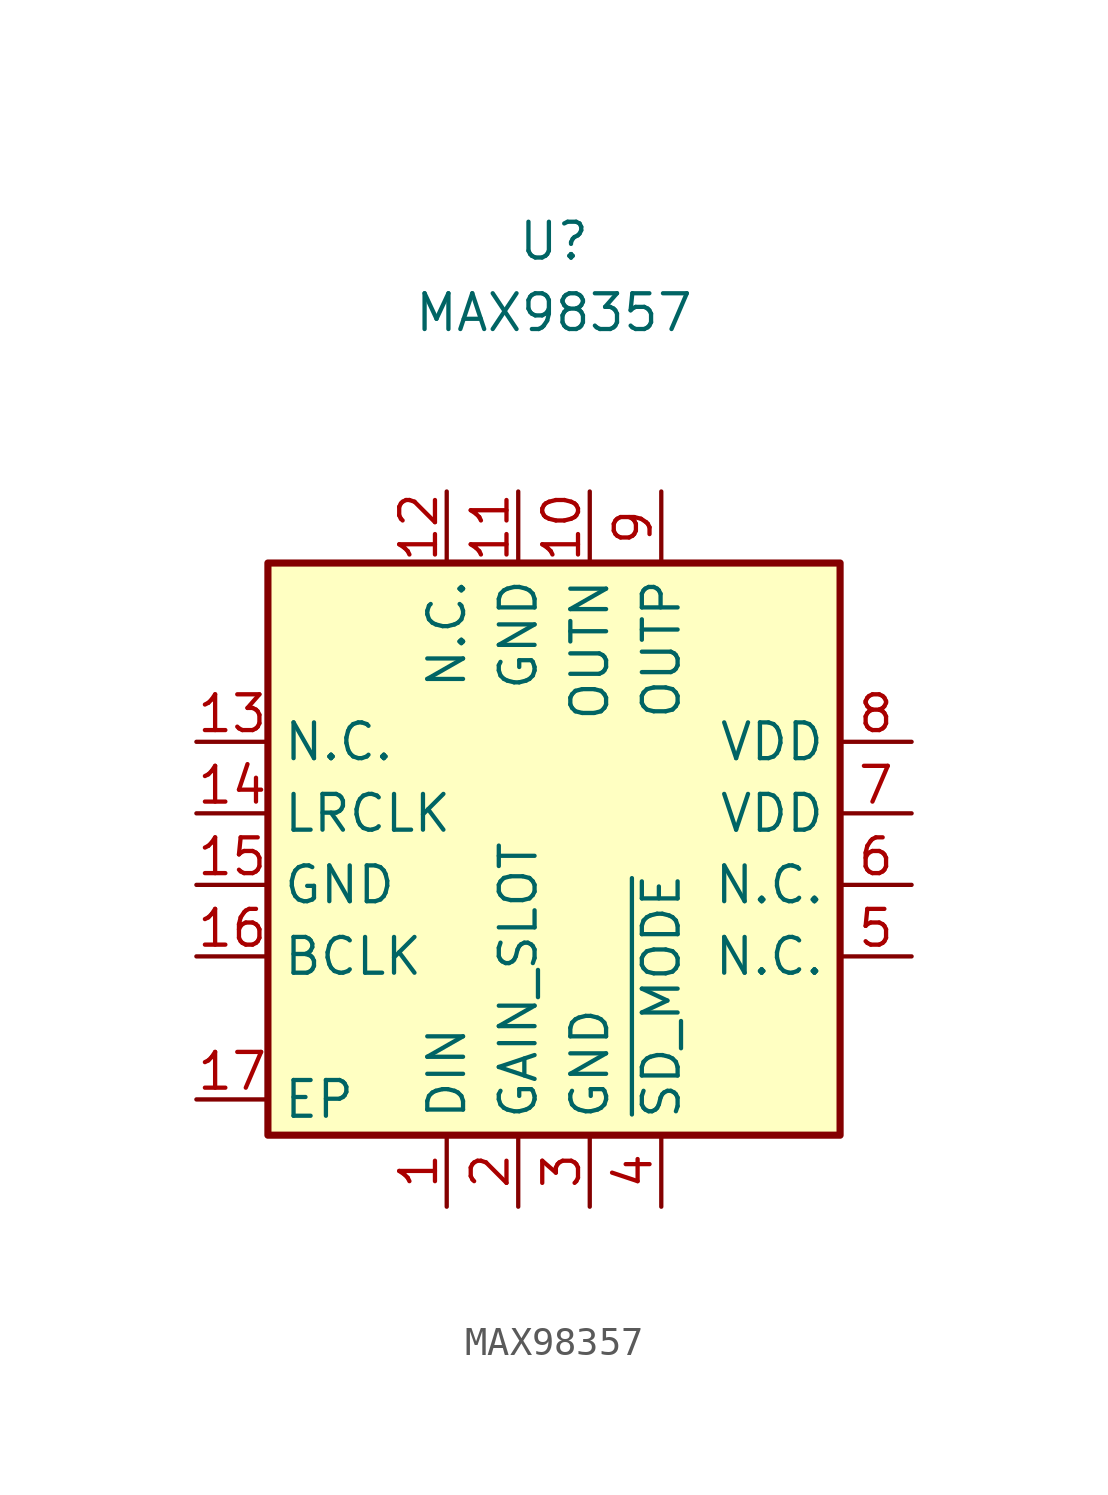
<source format=kicad_sym>
(kicad_symbol_lib
  (version 20211014)
  (generator kicad_symbol_editor)
  (symbol "MAX98357"
    (property "Reference" "U"
      (at 0 21.59 0)
      (effects (font (size 1.27 1.27))))
    (property "Value" "MAX98357"
      (at 0 19.05 0)
      (effects (font (size 1.27 1.27))))
    (symbol "MAX98357_1_1"
      (rectangle (start -10.16 10.16) (end 10.16 -10.16) (stroke (width 0.254) (type default) (color 0 0 0 0)) (fill (type background)))
      (pin passive line (at -3.81 -12.7 90) (length 2.54) (name "DIN" (effects (font (size 1.27 1.27)))) (number "1" (effects (font (size 1.27 1.27)))))
      (pin passive line (at 1.27 12.7 270) (length 2.54) (name "OUTN" (effects (font (size 1.27 1.27)))) (number "10" (effects (font (size 1.27 1.27)))))
      (pin passive line (at -1.27 12.7 270) (length 2.54) (name "GND" (effects (font (size 1.27 1.27)))) (number "11" (effects (font (size 1.27 1.27)))))
      (pin passive line (at -3.81 12.7 270) (length 2.54) (name "N.C." (effects (font (size 1.27 1.27)))) (number "12" (effects (font (size 1.27 1.27)))))
      (pin passive line (at -12.7 3.81 0) (length 2.54) (name "N.C." (effects (font (size 1.27 1.27)))) (number "13" (effects (font (size 1.27 1.27)))))
      (pin passive line (at -12.7 1.27 0) (length 2.54) (name "LRCLK" (effects (font (size 1.27 1.27)))) (number "14" (effects (font (size 1.27 1.27)))))
      (pin passive line (at -12.7 -1.27 0) (length 2.54) (name "GND" (effects (font (size 1.27 1.27)))) (number "15" (effects (font (size 1.27 1.27)))))
      (pin passive line (at -12.7 -3.81 0) (length 2.54) (name "BCLK" (effects (font (size 1.27 1.27)))) (number "16" (effects (font (size 1.27 1.27)))))
      (pin passive line (at -12.7 -8.89 0) (length 2.54) (name "EP" (effects (font (size 1.27 1.27)))) (number "17" (effects (font (size 1.27 1.27)))))
      (pin passive line (at -1.27 -12.7 90) (length 2.54) (name "GAIN_SLOT" (effects (font (size 1.27 1.27)))) (number "2" (effects (font (size 1.27 1.27)))))
      (pin passive line (at 1.27 -12.7 90) (length 2.54) (name "GND" (effects (font (size 1.27 1.27)))) (number "3" (effects (font (size 1.27 1.27)))))
      (pin passive line (at 3.81 -12.7 90) (length 2.54) (name "~{SD_MODE}" (effects (font (size 1.27 1.27)))) (number "4" (effects (font (size 1.27 1.27)))))
      (pin passive line (at 12.7 -3.81 180) (length 2.54) (name "N.C." (effects (font (size 1.27 1.27)))) (number "5" (effects (font (size 1.27 1.27)))))
      (pin passive line (at 12.7 -1.27 180) (length 2.54) (name "N.C." (effects (font (size 1.27 1.27)))) (number "6" (effects (font (size 1.27 1.27)))))
      (pin passive line (at 12.7 1.27 180) (length 2.54) (name "VDD" (effects (font (size 1.27 1.27)))) (number "7" (effects (font (size 1.27 1.27)))))
      (pin passive line (at 12.7 3.81 180) (length 2.54) (name "VDD" (effects (font (size 1.27 1.27)))) (number "8" (effects (font (size 1.27 1.27)))))
      (pin passive line (at 3.81 12.7 270) (length 2.54) (name "OUTP" (effects (font (size 1.27 1.27)))) (number "9" (effects (font (size 1.27 1.27))))))))
</source>
